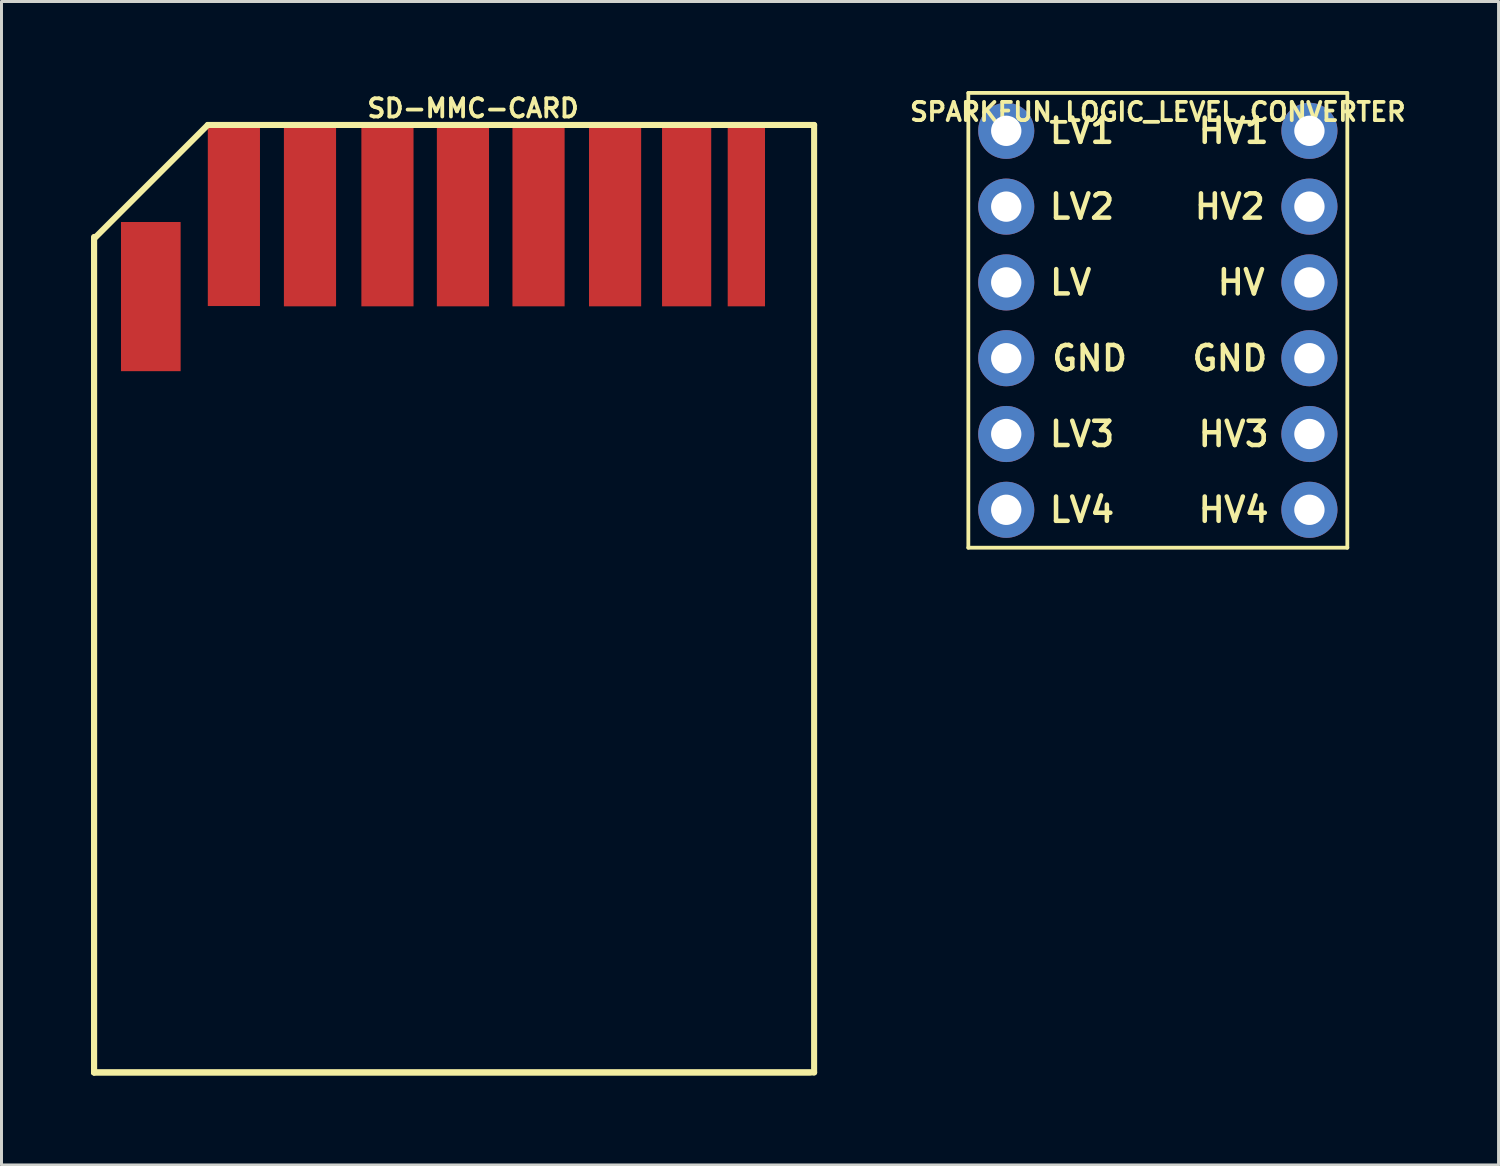
<source format=kicad_pcb>
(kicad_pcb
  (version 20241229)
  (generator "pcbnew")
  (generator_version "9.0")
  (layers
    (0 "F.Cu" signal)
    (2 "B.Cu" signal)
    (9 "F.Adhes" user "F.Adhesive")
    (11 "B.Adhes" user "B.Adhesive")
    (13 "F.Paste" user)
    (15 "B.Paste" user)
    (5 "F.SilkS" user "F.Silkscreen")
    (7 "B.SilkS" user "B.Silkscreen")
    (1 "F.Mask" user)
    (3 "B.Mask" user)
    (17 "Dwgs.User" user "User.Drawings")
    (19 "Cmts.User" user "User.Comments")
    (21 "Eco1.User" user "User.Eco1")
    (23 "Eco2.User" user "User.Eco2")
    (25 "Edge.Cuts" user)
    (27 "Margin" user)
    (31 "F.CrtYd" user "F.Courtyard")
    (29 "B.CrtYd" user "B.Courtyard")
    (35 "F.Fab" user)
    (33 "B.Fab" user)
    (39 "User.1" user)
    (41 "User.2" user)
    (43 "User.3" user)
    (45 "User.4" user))
  (footprint "SPARKFUN_LOGIC_LEVEL_CONVERTER"
    (layer "F.Cu")
    (at 35.75 7.684)
    (property "Reference" "SPARKFUN_LOGIC_LEVEL_CONVERTER" (at 0 -6.985 0) (layer "F.SilkS") (effects (font (size 0.61 0.61) (thickness 0.127))))
    (attr exclude_from_pos_files exclude_from_bom)
    (fp_line (start -6.35 -7.62) (end 6.35 -7.62) (stroke (width 0.127) (type solid)) (layer "F.SilkS"))
    (fp_line (start -6.35 7.62) (end -6.35 -7.62) (stroke (width 0.127) (type solid)) (layer "F.SilkS"))
    (fp_line (start 6.35 -7.62) (end 6.35 7.62) (stroke (width 0.127) (type solid)) (layer "F.SilkS"))
    (fp_line (start 6.35 7.62) (end -6.35 7.62) (stroke (width 0.127) (type solid)) (layer "F.SilkS"))
    (fp_text user "GND" (at -2.286 1.27 0) (layer "F.SilkS") (effects (font (size 0.813 0.813) (thickness 0.152))))
    (fp_text user "HV2" (at 2.413 -3.81 0) (layer "F.SilkS") (effects (font (size 0.813 0.813) (thickness 0.152))))
    (fp_text user "LV1" (at -2.54 -6.35 0) (layer "F.SilkS") (effects (font (size 0.813 0.813) (thickness 0.152))))
    (fp_text user "GND" (at 2.413 1.27 0) (layer "F.SilkS") (effects (font (size 0.813 0.813) (thickness 0.152))))
    (fp_text user "LV2" (at -2.54 -3.81 0) (layer "F.SilkS") (effects (font (size 0.813 0.813) (thickness 0.152))))
    (fp_text user "HV3" (at 2.54 3.81 0) (layer "F.SilkS") (effects (font (size 0.813 0.813) (thickness 0.152))))
    (fp_text user "LV4" (at -2.54 6.35 0) (layer "F.SilkS") (effects (font (size 0.813 0.813) (thickness 0.152))))
    (fp_text user "HV" (at 2.794 -1.27 0) (layer "F.SilkS") (effects (font (size 0.813 0.813) (thickness 0.152))))
    (fp_text user "LV3" (at -2.54 3.81 0) (layer "F.SilkS") (effects (font (size 0.813 0.813) (thickness 0.152))))
    (fp_text user "HV1" (at 2.54 -6.35 0) (layer "F.SilkS") (effects (font (size 0.813 0.813) (thickness 0.152))))
    (fp_text user "HV4" (at 2.54 6.35 0) (layer "F.SilkS") (effects (font (size 0.813 0.813) (thickness 0.152))))
    (fp_text user "LV" (at -2.921 -1.27 0) (layer "F.SilkS") (effects (font (size 0.813 0.813) (thickness 0.152))))
    (pad "GND1" thru_hole circle (at -5.08 1.27) (size 1.88 1.88) (drill 1.016) (layers "*.Cu" "*.Mask"))
    (pad "GND2" thru_hole circle (at 5.08 1.27) (size 1.88 1.88) (drill 1.016) (layers "*.Cu" "*.Mask"))
    (pad "HV" thru_hole circle (at 5.08 -1.27) (size 1.88 1.88) (drill 1.016) (layers "*.Cu" "*.Mask"))
    (pad "HV1" thru_hole circle (at 5.08 -6.35) (size 1.88 1.88) (drill 1.016) (layers "*.Cu" "*.Mask"))
    (pad "HV2" thru_hole circle (at 5.08 -3.81) (size 1.88 1.88) (drill 1.016) (layers "*.Cu" "*.Mask"))
    (pad "HV3" thru_hole circle (at 5.08 3.81) (size 1.88 1.88) (drill 1.016) (layers "*.Cu" "*.Mask"))
    (pad "HV4" thru_hole circle (at 5.08 6.35) (size 1.88 1.88) (drill 1.016) (layers "*.Cu" "*.Mask"))
    (pad "LV" thru_hole circle (at -5.08 -1.27) (size 1.88 1.88) (drill 1.016) (layers "*.Cu" "*.Mask"))
    (pad "LV1" thru_hole circle (at -5.08 -6.35) (size 1.88 1.88) (drill 1.016) (layers "*.Cu" "*.Mask"))
    (pad "LV2" thru_hole circle (at -5.08 -3.81) (size 1.88 1.88) (drill 1.016) (layers "*.Cu" "*.Mask"))
    (pad "LV3" thru_hole circle (at -5.08 3.81) (size 1.88 1.88) (drill 1.016) (layers "*.Cu" "*.Mask"))
    (pad "LV4" thru_hole circle (at -5.08 6.35) (size 1.88 1.88) (drill 1.016) (layers "*.Cu" "*.Mask")))
  (footprint "SD-MMC-CARD"
    (layer "F.Cu")
    (at 12.802 18.918)
    (property "Reference" "SD-MMC-CARD" (at 0 -18.339 0) (layer "F.SilkS") (effects (font (size 0.61 0.61) (thickness 0.127))))
    (attr smd)
    (fp_line (start -12.7 -14.028) (end -12.7 13.97) (stroke (width 0.203) (type solid)) (layer "F.SilkS"))
    (fp_line (start -12.7 -13.97) (end -8.89 -17.78) (stroke (width 0.203) (type solid)) (layer "F.SilkS"))
    (fp_line (start -12.7 13.97) (end -12.7 -13.97) (stroke (width 0.203) (type solid)) (layer "F.SilkS"))
    (fp_line (start -12.7 13.97) (end 11.298 13.97) (stroke (width 0.203) (type solid)) (layer "F.SilkS"))
    (fp_line (start -8.89 -17.78) (end 11.43 -17.78) (stroke (width 0.203) (type solid)) (layer "F.SilkS"))
    (fp_line (start 11.43 -17.78) (end 11.43 13.97) (stroke (width 0.203) (type solid)) (layer "F.SilkS"))
    (fp_line (start 11.43 13.97) (end -12.7 13.97) (stroke (width 0.203) (type solid)) (layer "F.SilkS"))
    (pad "1" smd rect (at -8.014 -14.712 180) (size 1.748 5.999) (layers "F.Cu" "F.Mask" "F.Paste"))
    (pad "2" smd rect (at -5.464 -14.702 180) (size 1.748 5.999) (layers "F.Cu" "F.Mask" "F.Paste"))
    (pad "3" smd rect (at -2.868 -14.702 180) (size 1.748 5.999) (layers "F.Cu" "F.Mask" "F.Paste"))
    (pad "4" smd rect (at -0.338 -14.702 180) (size 1.748 5.999) (layers "F.Cu" "F.Mask" "F.Paste"))
    (pad "5" smd rect (at 2.195 -14.702 180) (size 1.748 5.999) (layers "F.Cu" "F.Mask" "F.Paste"))
    (pad "6" smd rect (at 4.76 -14.702 180) (size 1.748 5.999) (layers "F.Cu" "F.Mask" "F.Paste"))
    (pad "7" smd rect (at 7.158 -14.702 180) (size 1.648 5.999) (layers "F.Cu" "F.Mask" "F.Paste"))
    (pad "8" smd rect (at 9.159 -14.702 180) (size 1.25 5.999) (layers "F.Cu" "F.Mask" "F.Paste"))
    (pad "9" smd rect (at -10.798 -12.029 180) (size 1.999 4.999) (layers "F.Cu" "F.Mask" "F.Paste")))
  (gr_rect
    (start -3 -3)
    (end 47.168 35.99)
    (stroke (width 0.1) (type default))
    (fill no)
    (layer "Edge.Cuts")))
</source>
